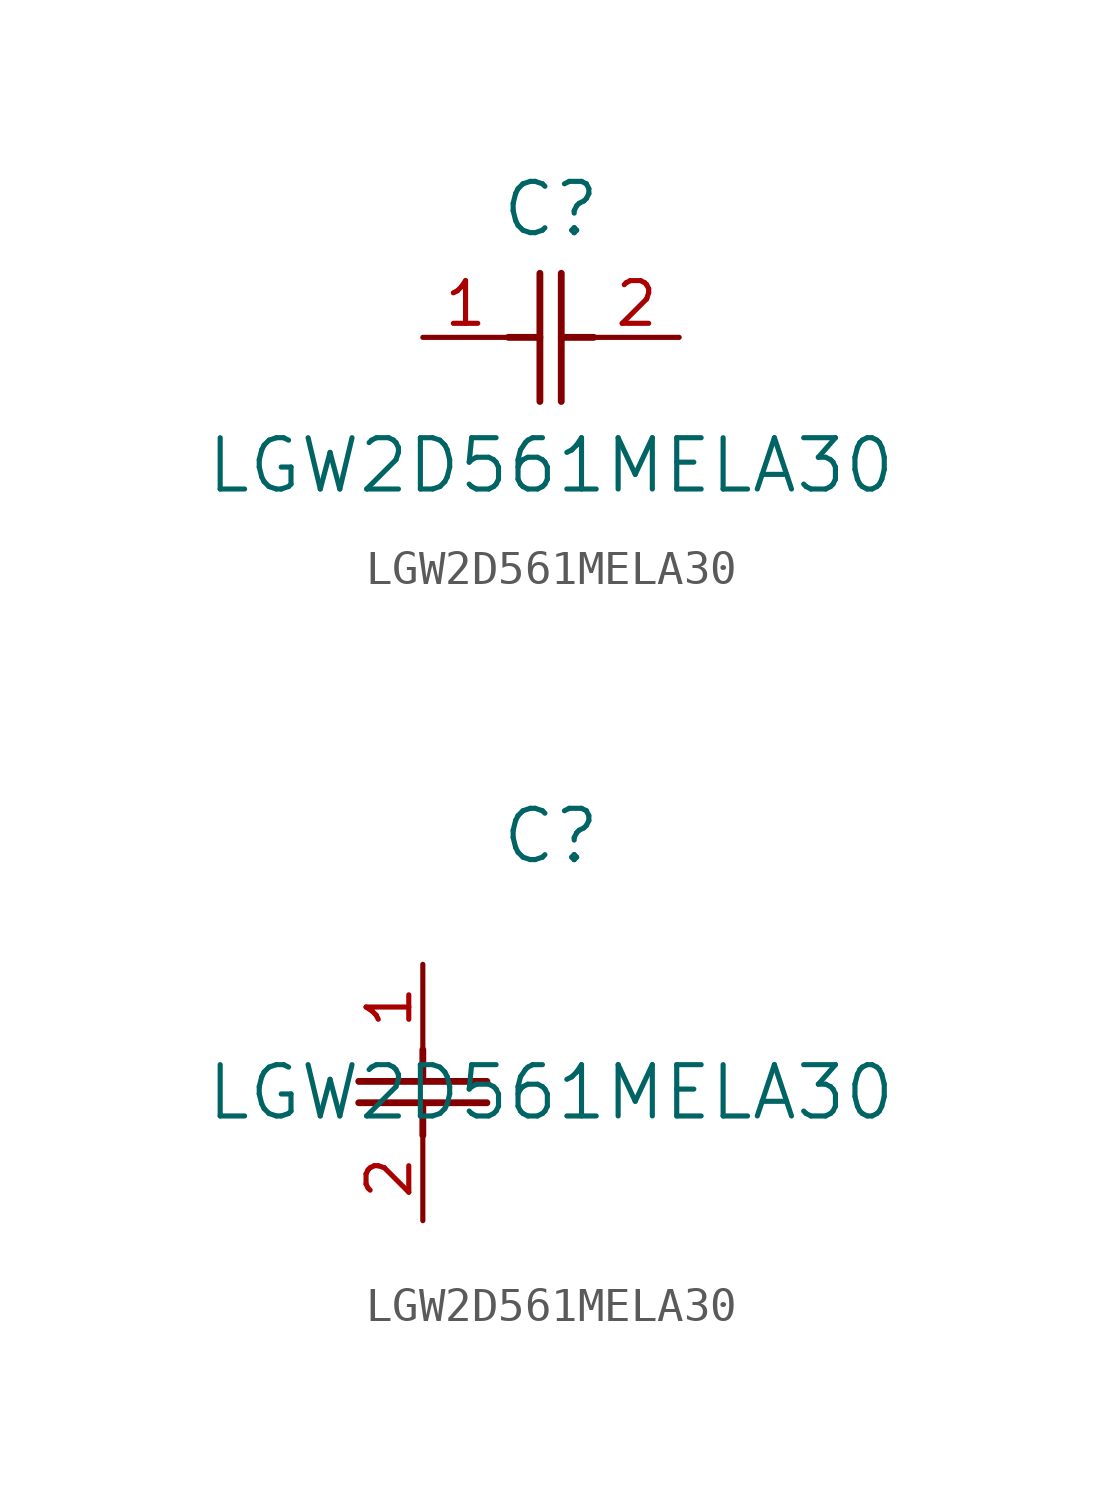
<source format=kicad_sym>
(kicad_symbol_lib
  (version 20211014)
  (generator kicad_symbol_editor)
  (symbol "LGW2D561MELA30"
    (pin_names
      (offset 0.254))
    (property "Reference" "C"
      (at 3.81 3.81 0)
      (effects (font (size 1.524 1.524))))
    (property "Value" "LGW2D561MELA30"
      (at 3.81 -3.81 0)
      (effects (font (size 1.524 1.524))))
    (symbol "LGW2D561MELA30_1_1"
      (polyline (pts (xy 3.48 -1.905) (xy 3.48 1.905)) (stroke (width 0.203) (type default) (color 0 0 0 0)) (fill (type none)))
      (polyline (pts (xy 4.115 -1.905) (xy 4.115 1.905)) (stroke (width 0.203) (type default) (color 0 0 0 0)) (fill (type none)))
      (polyline (pts (xy 4.115 0) (xy 5.08 0)) (stroke (width 0.203) (type default) (color 0 0 0 0)) (fill (type none)))
      (polyline (pts (xy 2.54 0) (xy 3.48 0)) (stroke (width 0.203) (type default) (color 0 0 0 0)) (fill (type none)))
      (pin unspecified line (at 0 0 0) (length 2.54) (name "" (effects (font (size 1.27 1.27)))) (number "1" (effects (font (size 1.27 1.27)))))
      (pin unspecified line (at 7.62 0 180) (length 2.54) (name "" (effects (font (size 1.27 1.27)))) (number "2" (effects (font (size 1.27 1.27))))))
    (symbol "LGW2D561MELA30_1_2"
      (polyline (pts (xy -1.905 -3.48) (xy 1.905 -3.48)) (stroke (width 0.203) (type default) (color 0 0 0 0)) (fill (type none)))
      (polyline (pts (xy -1.905 -4.115) (xy 1.905 -4.115)) (stroke (width 0.203) (type default) (color 0 0 0 0)) (fill (type none)))
      (polyline (pts (xy 0 -4.115) (xy 0 -5.08)) (stroke (width 0.203) (type default) (color 0 0 0 0)) (fill (type none)))
      (polyline (pts (xy 0 -2.54) (xy 0 -3.48)) (stroke (width 0.203) (type default) (color 0 0 0 0)) (fill (type none)))
      (pin unspecified line (at 0 0 270) (length 2.54) (name "" (effects (font (size 1.27 1.27)))) (number "1" (effects (font (size 1.27 1.27)))))
      (pin unspecified line (at 0 -7.62 90) (length 2.54) (name "" (effects (font (size 1.27 1.27)))) (number "2" (effects (font (size 1.27 1.27))))))))
</source>
